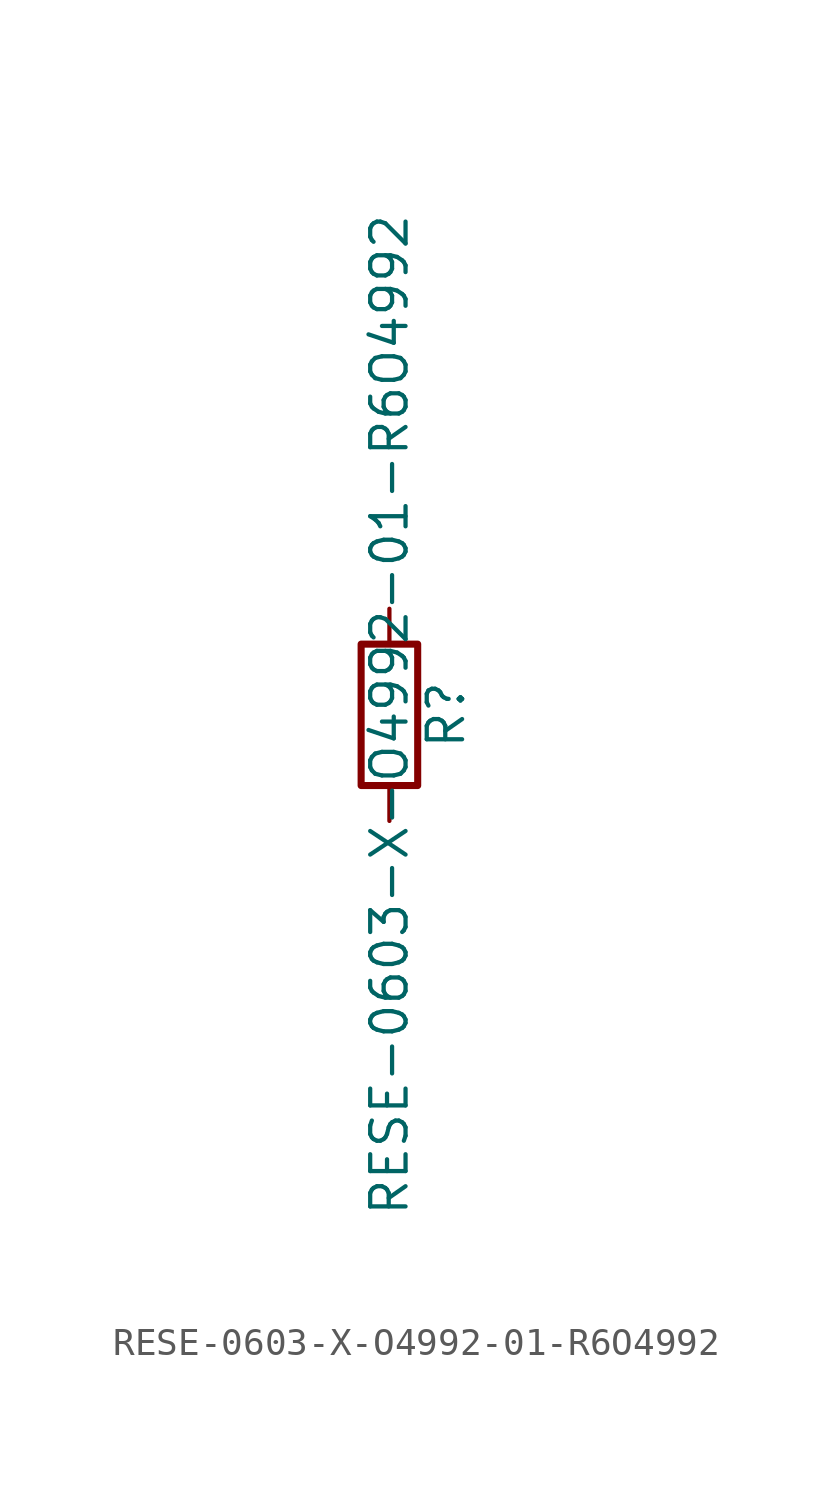
<source format=kicad_sym>
(kicad_symbol_lib
  (version 20211014)
  (generator kicad_symbol_editor)
  (symbol "RESE-0603-X-O4992-01-R6O4992"
    (pin_numbers hide)
    (pin_names
      (offset 0))
    (property "Reference" "R"
      (at 2.032 0 90)
      (effects (font (size 1.27 1.27))))
    (property "Value" "RESE-0603-X-O4992-01-R6O4992"
      (at 0 0 90)
      (effects (font (size 1.27 1.27))))
    (symbol "RESE-0603-X-O4992-01-R6O4992_0_1"
      (rectangle (start -1.016 -2.54) (end 1.016 2.54) (stroke (width 0.254) (type default) (color 0 0 0 0)) (fill (type none))))
    (symbol "RESE-0603-X-O4992-01-R6O4992_1_1"
      (pin passive line (at 0 3.81 270) (length 1.27) (name "~" (effects (font (size 1.27 1.27)))) (number "1" (effects (font (size 1.27 1.27)))))
      (pin passive line (at 0 -3.81 90) (length 1.27) (name "~" (effects (font (size 1.27 1.27)))) (number "2" (effects (font (size 1.27 1.27))))))))
</source>
